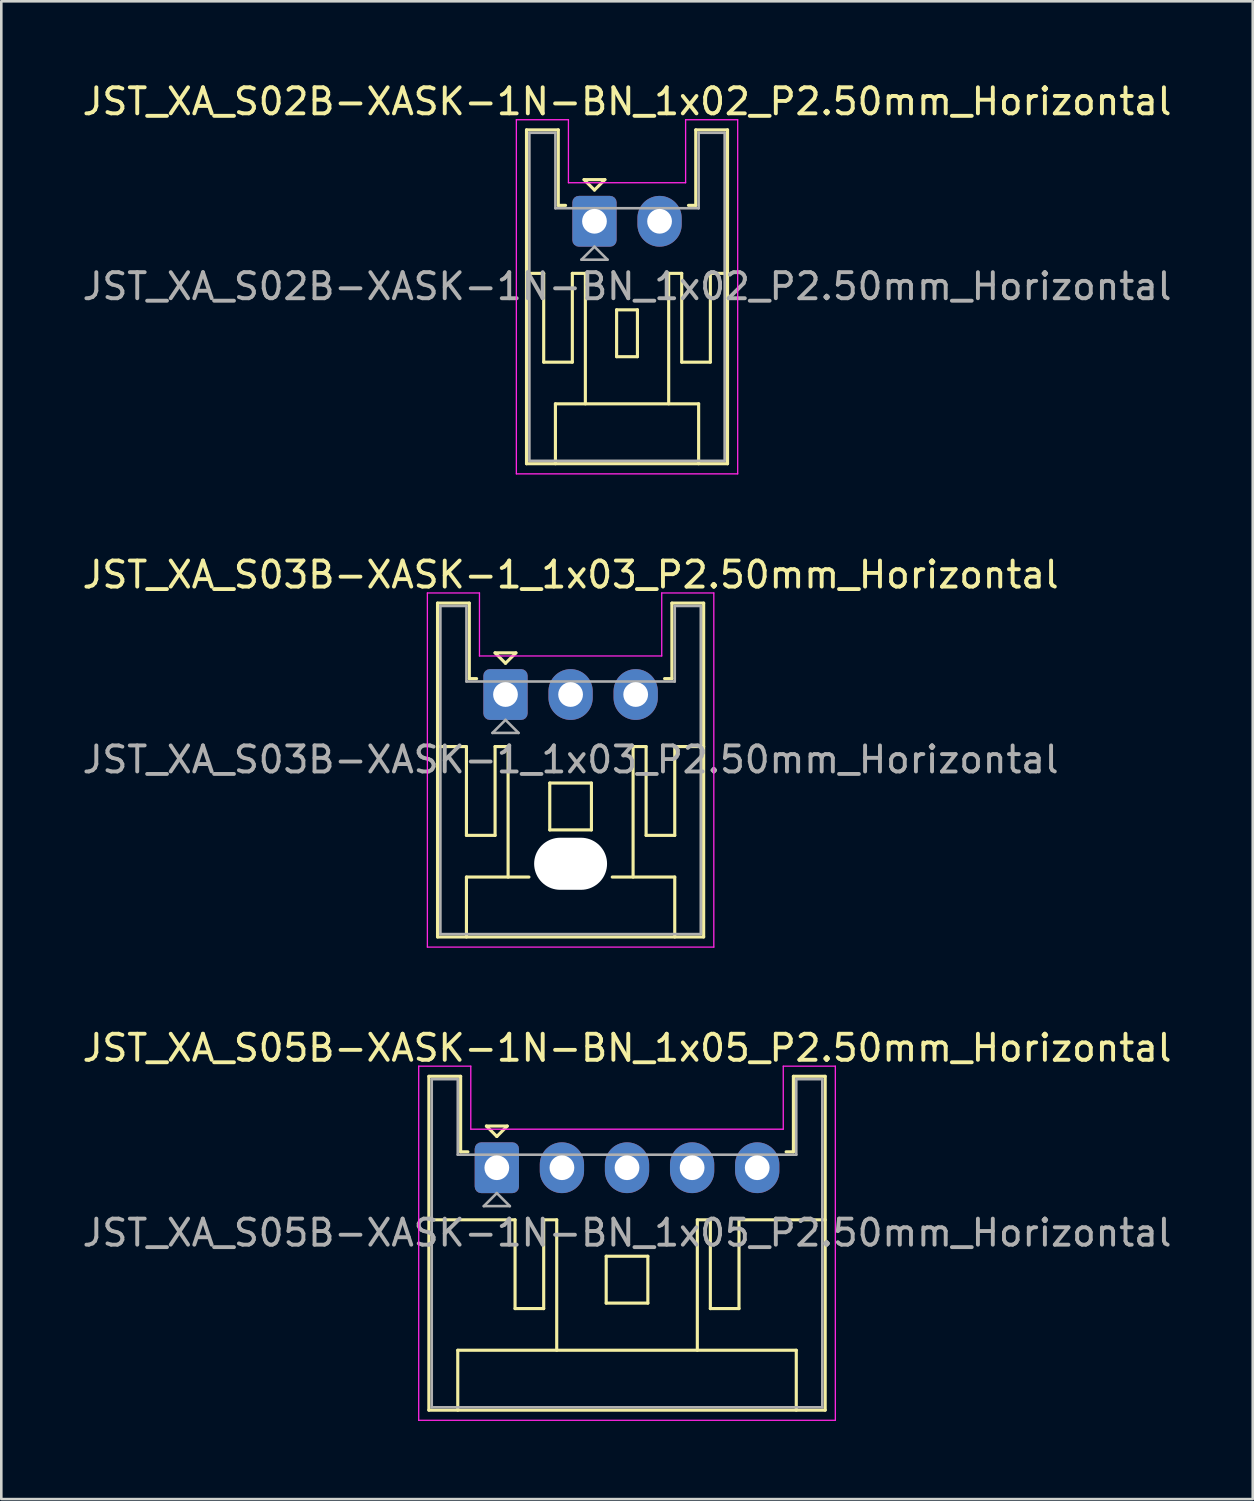
<source format=kicad_pcb>
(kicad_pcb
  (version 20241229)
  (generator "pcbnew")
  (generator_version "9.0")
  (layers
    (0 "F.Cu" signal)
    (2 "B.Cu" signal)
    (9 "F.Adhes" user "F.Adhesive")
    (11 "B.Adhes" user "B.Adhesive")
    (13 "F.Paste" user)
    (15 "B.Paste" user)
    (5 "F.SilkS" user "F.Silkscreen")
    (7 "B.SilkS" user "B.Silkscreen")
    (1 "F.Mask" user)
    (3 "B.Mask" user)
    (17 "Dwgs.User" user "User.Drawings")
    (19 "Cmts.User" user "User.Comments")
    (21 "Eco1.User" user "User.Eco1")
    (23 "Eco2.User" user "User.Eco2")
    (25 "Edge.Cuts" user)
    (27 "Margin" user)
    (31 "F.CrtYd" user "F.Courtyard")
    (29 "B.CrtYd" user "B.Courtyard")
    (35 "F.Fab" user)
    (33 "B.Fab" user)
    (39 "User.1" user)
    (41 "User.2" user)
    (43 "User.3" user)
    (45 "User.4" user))
  (footprint "JST_XA_S05B-XASK-1N-BN_1x05_P2.50mm_Horizontal"
    (layer "F.Cu")
    (at 16.03 41.795)
    (property "Reference" "JST_XA_S05B-XASK-1N-BN_1x05_P2.50mm_Horizontal" (at 5 -4.6 0) (layer "F.SilkS") (effects (font (size 1 1) (thickness 0.15))))
    (attr through_hole)
    (fp_line (start -2.61 -3.51) (end -2.61 9.31) (stroke (width 0.12) (type solid)) (layer "F.SilkS"))
    (fp_line (start -2.61 9.31) (end 12.61 9.31) (stroke (width 0.12) (type solid)) (layer "F.SilkS"))
    (fp_line (start -1.5 7.01) (end 11.5 7.01) (stroke (width 0.12) (type solid)) (layer "F.SilkS"))
    (fp_line (start -1.5 9.31) (end -1.5 7.01) (stroke (width 0.12) (type solid)) (layer "F.SilkS"))
    (fp_line (start -1.39 -3.51) (end -2.61 -3.51) (stroke (width 0.12) (type solid)) (layer "F.SilkS"))
    (fp_line (start -1.39 -0.61) (end -1.39 -3.51) (stroke (width 0.12) (type solid)) (layer "F.SilkS"))
    (fp_line (start -1.11 -0.61) (end -1.39 -0.61) (stroke (width 0.12) (type solid)) (layer "F.SilkS"))
    (fp_line (start -0.4 -1.6) (end 0.4 -1.6) (stroke (width 0.12) (type solid)) (layer "F.SilkS"))
    (fp_line (start 0 -1.2) (end -0.4 -1.6) (stroke (width 0.12) (type solid)) (layer "F.SilkS"))
    (fp_line (start 0.4 -1.6) (end 0 -1.2) (stroke (width 0.12) (type solid)) (layer "F.SilkS"))
    (fp_line (start 0.7 2) (end -2.61 2) (stroke (width 0.12) (type solid)) (layer "F.SilkS"))
    (fp_line (start 0.7 5.41) (end 0.7 2) (stroke (width 0.12) (type solid)) (layer "F.SilkS"))
    (fp_line (start 1.8 2) (end 1.8 5.41) (stroke (width 0.12) (type solid)) (layer "F.SilkS"))
    (fp_line (start 1.8 5.41) (end 0.7 5.41) (stroke (width 0.12) (type solid)) (layer "F.SilkS"))
    (fp_line (start 2.3 2) (end 1.8 2) (stroke (width 0.12) (type solid)) (layer "F.SilkS"))
    (fp_line (start 2.3 7.01) (end 2.3 2) (stroke (width 0.12) (type solid)) (layer "F.SilkS"))
    (fp_line (start 4.2 3.4) (end 5.8 3.4) (stroke (width 0.12) (type solid)) (layer "F.SilkS"))
    (fp_line (start 4.2 5.2) (end 4.2 3.4) (stroke (width 0.12) (type solid)) (layer "F.SilkS"))
    (fp_line (start 5.8 3.4) (end 5.8 5.2) (stroke (width 0.12) (type solid)) (layer "F.SilkS"))
    (fp_line (start 5.8 5.2) (end 4.2 5.2) (stroke (width 0.12) (type solid)) (layer "F.SilkS"))
    (fp_line (start 7.7 2) (end 8.2 2) (stroke (width 0.12) (type solid)) (layer "F.SilkS"))
    (fp_line (start 7.7 7.01) (end 7.7 2) (stroke (width 0.12) (type solid)) (layer "F.SilkS"))
    (fp_line (start 8.2 2) (end 8.2 5.41) (stroke (width 0.12) (type solid)) (layer "F.SilkS"))
    (fp_line (start 8.2 5.41) (end 9.3 5.41) (stroke (width 0.12) (type solid)) (layer "F.SilkS"))
    (fp_line (start 9.3 2) (end 12.61 2) (stroke (width 0.12) (type solid)) (layer "F.SilkS"))
    (fp_line (start 9.3 5.41) (end 9.3 2) (stroke (width 0.12) (type solid)) (layer "F.SilkS"))
    (fp_line (start 11.39 -3.51) (end 11.39 -0.61) (stroke (width 0.12) (type solid)) (layer "F.SilkS"))
    (fp_line (start 11.39 -0.61) (end 11.11 -0.61) (stroke (width 0.12) (type solid)) (layer "F.SilkS"))
    (fp_line (start 11.5 7.01) (end 11.5 9.31) (stroke (width 0.12) (type solid)) (layer "F.SilkS"))
    (fp_line (start 12.61 -3.51) (end 11.39 -3.51) (stroke (width 0.12) (type solid)) (layer "F.SilkS"))
    (fp_line (start 12.61 9.31) (end 12.61 -3.51) (stroke (width 0.12) (type solid)) (layer "F.SilkS"))
    (fp_line (start -3 -3.9) (end -3 9.7) (stroke (width 0.05) (type solid)) (layer "F.CrtYd"))
    (fp_line (start -3 9.7) (end 13 9.7) (stroke (width 0.05) (type solid)) (layer "F.CrtYd"))
    (fp_line (start -1 -3.9) (end -3 -3.9) (stroke (width 0.05) (type solid)) (layer "F.CrtYd"))
    (fp_line (start -1 -1.48) (end -1 -3.9) (stroke (width 0.05) (type solid)) (layer "F.CrtYd"))
    (fp_line (start 11 -3.9) (end 11 -1.48) (stroke (width 0.05) (type solid)) (layer "F.CrtYd"))
    (fp_line (start 11 -1.48) (end -1 -1.48) (stroke (width 0.05) (type solid)) (layer "F.CrtYd"))
    (fp_line (start 13 -3.9) (end 11 -3.9) (stroke (width 0.05) (type solid)) (layer "F.CrtYd"))
    (fp_line (start 13 9.7) (end 13 -3.9) (stroke (width 0.05) (type solid)) (layer "F.CrtYd"))
    (fp_line (start -2.5 -3.4) (end -2.5 9.2) (stroke (width 0.1) (type solid)) (layer "F.Fab"))
    (fp_line (start -2.5 9.2) (end 12.5 9.2) (stroke (width 0.1) (type solid)) (layer "F.Fab"))
    (fp_line (start -1.5 -3.4) (end -2.5 -3.4) (stroke (width 0.1) (type solid)) (layer "F.Fab"))
    (fp_line (start -1.5 -0.5) (end -1.5 -3.4) (stroke (width 0.1) (type solid)) (layer "F.Fab"))
    (fp_line (start -0.5 1.475) (end 0.5 1.475) (stroke (width 0.1) (type solid)) (layer "F.Fab"))
    (fp_line (start 0 0.975) (end -0.5 1.475) (stroke (width 0.1) (type solid)) (layer "F.Fab"))
    (fp_line (start 0.5 1.475) (end 0 0.975) (stroke (width 0.1) (type solid)) (layer "F.Fab"))
    (fp_line (start 11.5 -3.4) (end 11.5 -0.5) (stroke (width 0.1) (type solid)) (layer "F.Fab"))
    (fp_line (start 11.5 -0.5) (end -1.5 -0.5) (stroke (width 0.1) (type solid)) (layer "F.Fab"))
    (fp_line (start 12.5 -3.4) (end 11.5 -3.4) (stroke (width 0.1) (type solid)) (layer "F.Fab"))
    (fp_line (start 12.5 9.2) (end 12.5 -3.4) (stroke (width 0.1) (type solid)) (layer "F.Fab"))
    (fp_text user "${REFERENCE}" (at 5 2.5 0) (layer "F.Fab") (effects (font (size 1 1) (thickness 0.15))))
    (pad "1" thru_hole roundrect (at 0 0) (size 1.7 1.95) (drill 0.95) (layers "*.Cu" "*.Mask") (roundrect_rratio 0.147))
    (pad "2" thru_hole oval (at 2.5 0) (size 1.7 1.95) (drill 0.95) (layers "*.Cu" "*.Mask"))
    (pad "3" thru_hole oval (at 5 0) (size 1.7 1.95) (drill 0.95) (layers "*.Cu" "*.Mask"))
    (pad "4" thru_hole oval (at 7.5 0) (size 1.7 1.95) (drill 0.95) (layers "*.Cu" "*.Mask"))
    (pad "5" thru_hole oval (at 10 0) (size 1.7 1.95) (drill 0.95) (layers "*.Cu" "*.Mask")))
  (footprint "JST_XA_S02B-XASK-1N-BN_1x02_P2.50mm_Horizontal"
    (layer "F.Cu")
    (at 19.78 5.448)
    (property "Reference" "JST_XA_S02B-XASK-1N-BN_1x02_P2.50mm_Horizontal" (at 1.25 -4.6 0) (layer "F.SilkS") (effects (font (size 1 1) (thickness 0.15))))
    (attr through_hole)
    (fp_line (start -2.61 -3.51) (end -2.61 9.31) (stroke (width 0.12) (type solid)) (layer "F.SilkS"))
    (fp_line (start -2.61 9.31) (end 5.11 9.31) (stroke (width 0.12) (type solid)) (layer "F.SilkS"))
    (fp_line (start -1.95 2) (end -2.61 2) (stroke (width 0.12) (type solid)) (layer "F.SilkS"))
    (fp_line (start -1.95 5.41) (end -1.95 2) (stroke (width 0.12) (type solid)) (layer "F.SilkS"))
    (fp_line (start -1.5 7.01) (end 4 7.01) (stroke (width 0.12) (type solid)) (layer "F.SilkS"))
    (fp_line (start -1.5 9.31) (end -1.5 7.01) (stroke (width 0.12) (type solid)) (layer "F.SilkS"))
    (fp_line (start -1.39 -3.51) (end -2.61 -3.51) (stroke (width 0.12) (type solid)) (layer "F.SilkS"))
    (fp_line (start -1.39 -0.61) (end -1.39 -3.51) (stroke (width 0.12) (type solid)) (layer "F.SilkS"))
    (fp_line (start -1.11 -0.61) (end -1.39 -0.61) (stroke (width 0.12) (type solid)) (layer "F.SilkS"))
    (fp_line (start -0.85 2) (end -0.85 5.41) (stroke (width 0.12) (type solid)) (layer "F.SilkS"))
    (fp_line (start -0.85 5.41) (end -1.95 5.41) (stroke (width 0.12) (type solid)) (layer "F.SilkS"))
    (fp_line (start -0.4 -1.6) (end 0.4 -1.6) (stroke (width 0.12) (type solid)) (layer "F.SilkS"))
    (fp_line (start -0.35 2) (end -0.85 2) (stroke (width 0.12) (type solid)) (layer "F.SilkS"))
    (fp_line (start -0.35 7.01) (end -0.35 2) (stroke (width 0.12) (type solid)) (layer "F.SilkS"))
    (fp_line (start 0 -1.2) (end -0.4 -1.6) (stroke (width 0.12) (type solid)) (layer "F.SilkS"))
    (fp_line (start 0.4 -1.6) (end 0 -1.2) (stroke (width 0.12) (type solid)) (layer "F.SilkS"))
    (fp_line (start 0.85 3.4) (end 1.65 3.4) (stroke (width 0.12) (type solid)) (layer "F.SilkS"))
    (fp_line (start 0.85 5.2) (end 0.85 3.4) (stroke (width 0.12) (type solid)) (layer "F.SilkS"))
    (fp_line (start 1.65 3.4) (end 1.65 5.2) (stroke (width 0.12) (type solid)) (layer "F.SilkS"))
    (fp_line (start 1.65 5.2) (end 0.85 5.2) (stroke (width 0.12) (type solid)) (layer "F.SilkS"))
    (fp_line (start 2.85 2) (end 3.35 2) (stroke (width 0.12) (type solid)) (layer "F.SilkS"))
    (fp_line (start 2.85 7.01) (end 2.85 2) (stroke (width 0.12) (type solid)) (layer "F.SilkS"))
    (fp_line (start 3.35 2) (end 3.35 5.41) (stroke (width 0.12) (type solid)) (layer "F.SilkS"))
    (fp_line (start 3.35 5.41) (end 4.45 5.41) (stroke (width 0.12) (type solid)) (layer "F.SilkS"))
    (fp_line (start 3.89 -3.51) (end 3.89 -0.61) (stroke (width 0.12) (type solid)) (layer "F.SilkS"))
    (fp_line (start 3.89 -0.61) (end 3.61 -0.61) (stroke (width 0.12) (type solid)) (layer "F.SilkS"))
    (fp_line (start 4 7.01) (end 4 9.31) (stroke (width 0.12) (type solid)) (layer "F.SilkS"))
    (fp_line (start 4.45 2) (end 5.11 2) (stroke (width 0.12) (type solid)) (layer "F.SilkS"))
    (fp_line (start 4.45 5.41) (end 4.45 2) (stroke (width 0.12) (type solid)) (layer "F.SilkS"))
    (fp_line (start 5.11 -3.51) (end 3.89 -3.51) (stroke (width 0.12) (type solid)) (layer "F.SilkS"))
    (fp_line (start 5.11 9.31) (end 5.11 -3.51) (stroke (width 0.12) (type solid)) (layer "F.SilkS"))
    (fp_line (start -3 -3.9) (end -3 9.7) (stroke (width 0.05) (type solid)) (layer "F.CrtYd"))
    (fp_line (start -3 9.7) (end 5.5 9.7) (stroke (width 0.05) (type solid)) (layer "F.CrtYd"))
    (fp_line (start -1 -3.9) (end -3 -3.9) (stroke (width 0.05) (type solid)) (layer "F.CrtYd"))
    (fp_line (start -1 -1.48) (end -1 -3.9) (stroke (width 0.05) (type solid)) (layer "F.CrtYd"))
    (fp_line (start 3.5 -3.9) (end 3.5 -1.48) (stroke (width 0.05) (type solid)) (layer "F.CrtYd"))
    (fp_line (start 3.5 -1.48) (end -1 -1.48) (stroke (width 0.05) (type solid)) (layer "F.CrtYd"))
    (fp_line (start 5.5 -3.9) (end 3.5 -3.9) (stroke (width 0.05) (type solid)) (layer "F.CrtYd"))
    (fp_line (start 5.5 9.7) (end 5.5 -3.9) (stroke (width 0.05) (type solid)) (layer "F.CrtYd"))
    (fp_line (start -2.5 -3.4) (end -2.5 9.2) (stroke (width 0.1) (type solid)) (layer "F.Fab"))
    (fp_line (start -2.5 9.2) (end 5 9.2) (stroke (width 0.1) (type solid)) (layer "F.Fab"))
    (fp_line (start -1.5 -3.4) (end -2.5 -3.4) (stroke (width 0.1) (type solid)) (layer "F.Fab"))
    (fp_line (start -1.5 -0.5) (end -1.5 -3.4) (stroke (width 0.1) (type solid)) (layer "F.Fab"))
    (fp_line (start -0.5 1.475) (end 0.5 1.475) (stroke (width 0.1) (type solid)) (layer "F.Fab"))
    (fp_line (start 0 0.975) (end -0.5 1.475) (stroke (width 0.1) (type solid)) (layer "F.Fab"))
    (fp_line (start 0.5 1.475) (end 0 0.975) (stroke (width 0.1) (type solid)) (layer "F.Fab"))
    (fp_line (start 4 -3.4) (end 4 -0.5) (stroke (width 0.1) (type solid)) (layer "F.Fab"))
    (fp_line (start 4 -0.5) (end -1.5 -0.5) (stroke (width 0.1) (type solid)) (layer "F.Fab"))
    (fp_line (start 5 -3.4) (end 4 -3.4) (stroke (width 0.1) (type solid)) (layer "F.Fab"))
    (fp_line (start 5 9.2) (end 5 -3.4) (stroke (width 0.1) (type solid)) (layer "F.Fab"))
    (fp_text user "${REFERENCE}" (at 1.25 2.5 0) (layer "F.Fab") (effects (font (size 1 1) (thickness 0.15))))
    (pad "1" thru_hole roundrect (at 0 0) (size 1.7 1.95) (drill 0.95) (layers "*.Cu" "*.Mask") (roundrect_rratio 0.147))
    (pad "2" thru_hole oval (at 2.5 0) (size 1.7 1.95) (drill 0.95) (layers "*.Cu" "*.Mask")))
  (footprint "JST_XA_S03B-XASK-1_1x03_P2.50mm_Horizontal"
    (layer "F.Cu")
    (at 16.363 23.622)
    (property "Reference" "JST_XA_S03B-XASK-1_1x03_P2.50mm_Horizontal" (at 2.5 -4.6 0) (layer "F.SilkS") (effects (font (size 1 1) (thickness 0.15))))
    (attr through_hole)
    (fp_line (start -2.61 -3.51) (end -2.61 9.31) (stroke (width 0.12) (type solid)) (layer "F.SilkS"))
    (fp_line (start -2.61 9.31) (end 7.61 9.31) (stroke (width 0.12) (type solid)) (layer "F.SilkS"))
    (fp_line (start -1.5 2) (end -2.61 2) (stroke (width 0.12) (type solid)) (layer "F.SilkS"))
    (fp_line (start -1.5 5.41) (end -1.5 2) (stroke (width 0.12) (type solid)) (layer "F.SilkS"))
    (fp_line (start -1.5 7.01) (end 0.9 7.01) (stroke (width 0.12) (type solid)) (layer "F.SilkS"))
    (fp_line (start -1.5 9.31) (end -1.5 7.01) (stroke (width 0.12) (type solid)) (layer "F.SilkS"))
    (fp_line (start -1.39 -3.51) (end -2.61 -3.51) (stroke (width 0.12) (type solid)) (layer "F.SilkS"))
    (fp_line (start -1.39 -0.61) (end -1.39 -3.51) (stroke (width 0.12) (type solid)) (layer "F.SilkS"))
    (fp_line (start -1.11 -0.61) (end -1.39 -0.61) (stroke (width 0.12) (type solid)) (layer "F.SilkS"))
    (fp_line (start -0.4 -1.6) (end 0.4 -1.6) (stroke (width 0.12) (type solid)) (layer "F.SilkS"))
    (fp_line (start -0.4 2) (end -0.4 5.41) (stroke (width 0.12) (type solid)) (layer "F.SilkS"))
    (fp_line (start -0.4 5.41) (end -1.5 5.41) (stroke (width 0.12) (type solid)) (layer "F.SilkS"))
    (fp_line (start 0 -1.2) (end -0.4 -1.6) (stroke (width 0.12) (type solid)) (layer "F.SilkS"))
    (fp_line (start 0.1 2) (end -0.4 2) (stroke (width 0.12) (type solid)) (layer "F.SilkS"))
    (fp_line (start 0.1 7.01) (end 0.1 2) (stroke (width 0.12) (type solid)) (layer "F.SilkS"))
    (fp_line (start 0.4 -1.6) (end 0 -1.2) (stroke (width 0.12) (type solid)) (layer "F.SilkS"))
    (fp_line (start 1.7 3.4) (end 3.3 3.4) (stroke (width 0.12) (type solid)) (layer "F.SilkS"))
    (fp_line (start 1.7 5.2) (end 1.7 3.4) (stroke (width 0.12) (type solid)) (layer "F.SilkS"))
    (fp_line (start 3.3 3.4) (end 3.3 5.2) (stroke (width 0.12) (type solid)) (layer "F.SilkS"))
    (fp_line (start 3.3 5.2) (end 1.7 5.2) (stroke (width 0.12) (type solid)) (layer "F.SilkS"))
    (fp_line (start 4.1 7.01) (end 6.5 7.01) (stroke (width 0.12) (type solid)) (layer "F.SilkS"))
    (fp_line (start 4.9 2) (end 5.4 2) (stroke (width 0.12) (type solid)) (layer "F.SilkS"))
    (fp_line (start 4.9 7.01) (end 4.9 2) (stroke (width 0.12) (type solid)) (layer "F.SilkS"))
    (fp_line (start 5.4 2) (end 5.4 5.41) (stroke (width 0.12) (type solid)) (layer "F.SilkS"))
    (fp_line (start 5.4 5.41) (end 6.5 5.41) (stroke (width 0.12) (type solid)) (layer "F.SilkS"))
    (fp_line (start 6.39 -3.51) (end 6.39 -0.61) (stroke (width 0.12) (type solid)) (layer "F.SilkS"))
    (fp_line (start 6.39 -0.61) (end 6.11 -0.61) (stroke (width 0.12) (type solid)) (layer "F.SilkS"))
    (fp_line (start 6.5 2) (end 7.61 2) (stroke (width 0.12) (type solid)) (layer "F.SilkS"))
    (fp_line (start 6.5 5.41) (end 6.5 2) (stroke (width 0.12) (type solid)) (layer "F.SilkS"))
    (fp_line (start 6.5 7.01) (end 6.5 9.31) (stroke (width 0.12) (type solid)) (layer "F.SilkS"))
    (fp_line (start 7.61 -3.51) (end 6.39 -3.51) (stroke (width 0.12) (type solid)) (layer "F.SilkS"))
    (fp_line (start 7.61 9.31) (end 7.61 -3.51) (stroke (width 0.12) (type solid)) (layer "F.SilkS"))
    (fp_line (start -3 -3.9) (end -3 9.7) (stroke (width 0.05) (type solid)) (layer "F.CrtYd"))
    (fp_line (start -3 9.7) (end 8 9.7) (stroke (width 0.05) (type solid)) (layer "F.CrtYd"))
    (fp_line (start -1 -3.9) (end -3 -3.9) (stroke (width 0.05) (type solid)) (layer "F.CrtYd"))
    (fp_line (start -1 -1.48) (end -1 -3.9) (stroke (width 0.05) (type solid)) (layer "F.CrtYd"))
    (fp_line (start 6 -3.9) (end 6 -1.48) (stroke (width 0.05) (type solid)) (layer "F.CrtYd"))
    (fp_line (start 6 -1.48) (end -1 -1.48) (stroke (width 0.05) (type solid)) (layer "F.CrtYd"))
    (fp_line (start 8 -3.9) (end 6 -3.9) (stroke (width 0.05) (type solid)) (layer "F.CrtYd"))
    (fp_line (start 8 9.7) (end 8 -3.9) (stroke (width 0.05) (type solid)) (layer "F.CrtYd"))
    (fp_line (start -2.5 -3.4) (end -2.5 9.2) (stroke (width 0.1) (type solid)) (layer "F.Fab"))
    (fp_line (start -2.5 9.2) (end 7.5 9.2) (stroke (width 0.1) (type solid)) (layer "F.Fab"))
    (fp_line (start -1.5 -3.4) (end -2.5 -3.4) (stroke (width 0.1) (type solid)) (layer "F.Fab"))
    (fp_line (start -1.5 -0.5) (end -1.5 -3.4) (stroke (width 0.1) (type solid)) (layer "F.Fab"))
    (fp_line (start -0.5 1.475) (end 0.5 1.475) (stroke (width 0.1) (type solid)) (layer "F.Fab"))
    (fp_line (start 0 0.975) (end -0.5 1.475) (stroke (width 0.1) (type solid)) (layer "F.Fab"))
    (fp_line (start 0.5 1.475) (end 0 0.975) (stroke (width 0.1) (type solid)) (layer "F.Fab"))
    (fp_line (start 6.5 -3.4) (end 6.5 -0.5) (stroke (width 0.1) (type solid)) (layer "F.Fab"))
    (fp_line (start 6.5 -0.5) (end -1.5 -0.5) (stroke (width 0.1) (type solid)) (layer "F.Fab"))
    (fp_line (start 7.5 -3.4) (end 6.5 -3.4) (stroke (width 0.1) (type solid)) (layer "F.Fab"))
    (fp_line (start 7.5 9.2) (end 7.5 -3.4) (stroke (width 0.1) (type solid)) (layer "F.Fab"))
    (fp_text user "${REFERENCE}" (at 2.5 2.5 0) (layer "F.Fab") (effects (font (size 1 1) (thickness 0.15))))
    (pad "" np_thru_hole oval (at 2.5 6.5) (size 2.8 2) (drill oval 2.8 2) (layers "*.Cu" "*.Mask"))
    (pad "1" thru_hole roundrect (at 0 0) (size 1.7 1.95) (drill 0.95) (layers "*.Cu" "*.Mask") (roundrect_rratio 0.147))
    (pad "2" thru_hole oval (at 2.5 0) (size 1.7 1.95) (drill 0.95) (layers "*.Cu" "*.Mask"))
    (pad "3" thru_hole oval (at 5 0) (size 1.7 1.95) (drill 0.95) (layers "*.Cu" "*.Mask")))
  (gr_rect
    (start -3 -3)
    (end 45.06 54.52)
    (stroke (width 0.1) (type default))
    (fill no)
    (layer "Edge.Cuts")))
</source>
